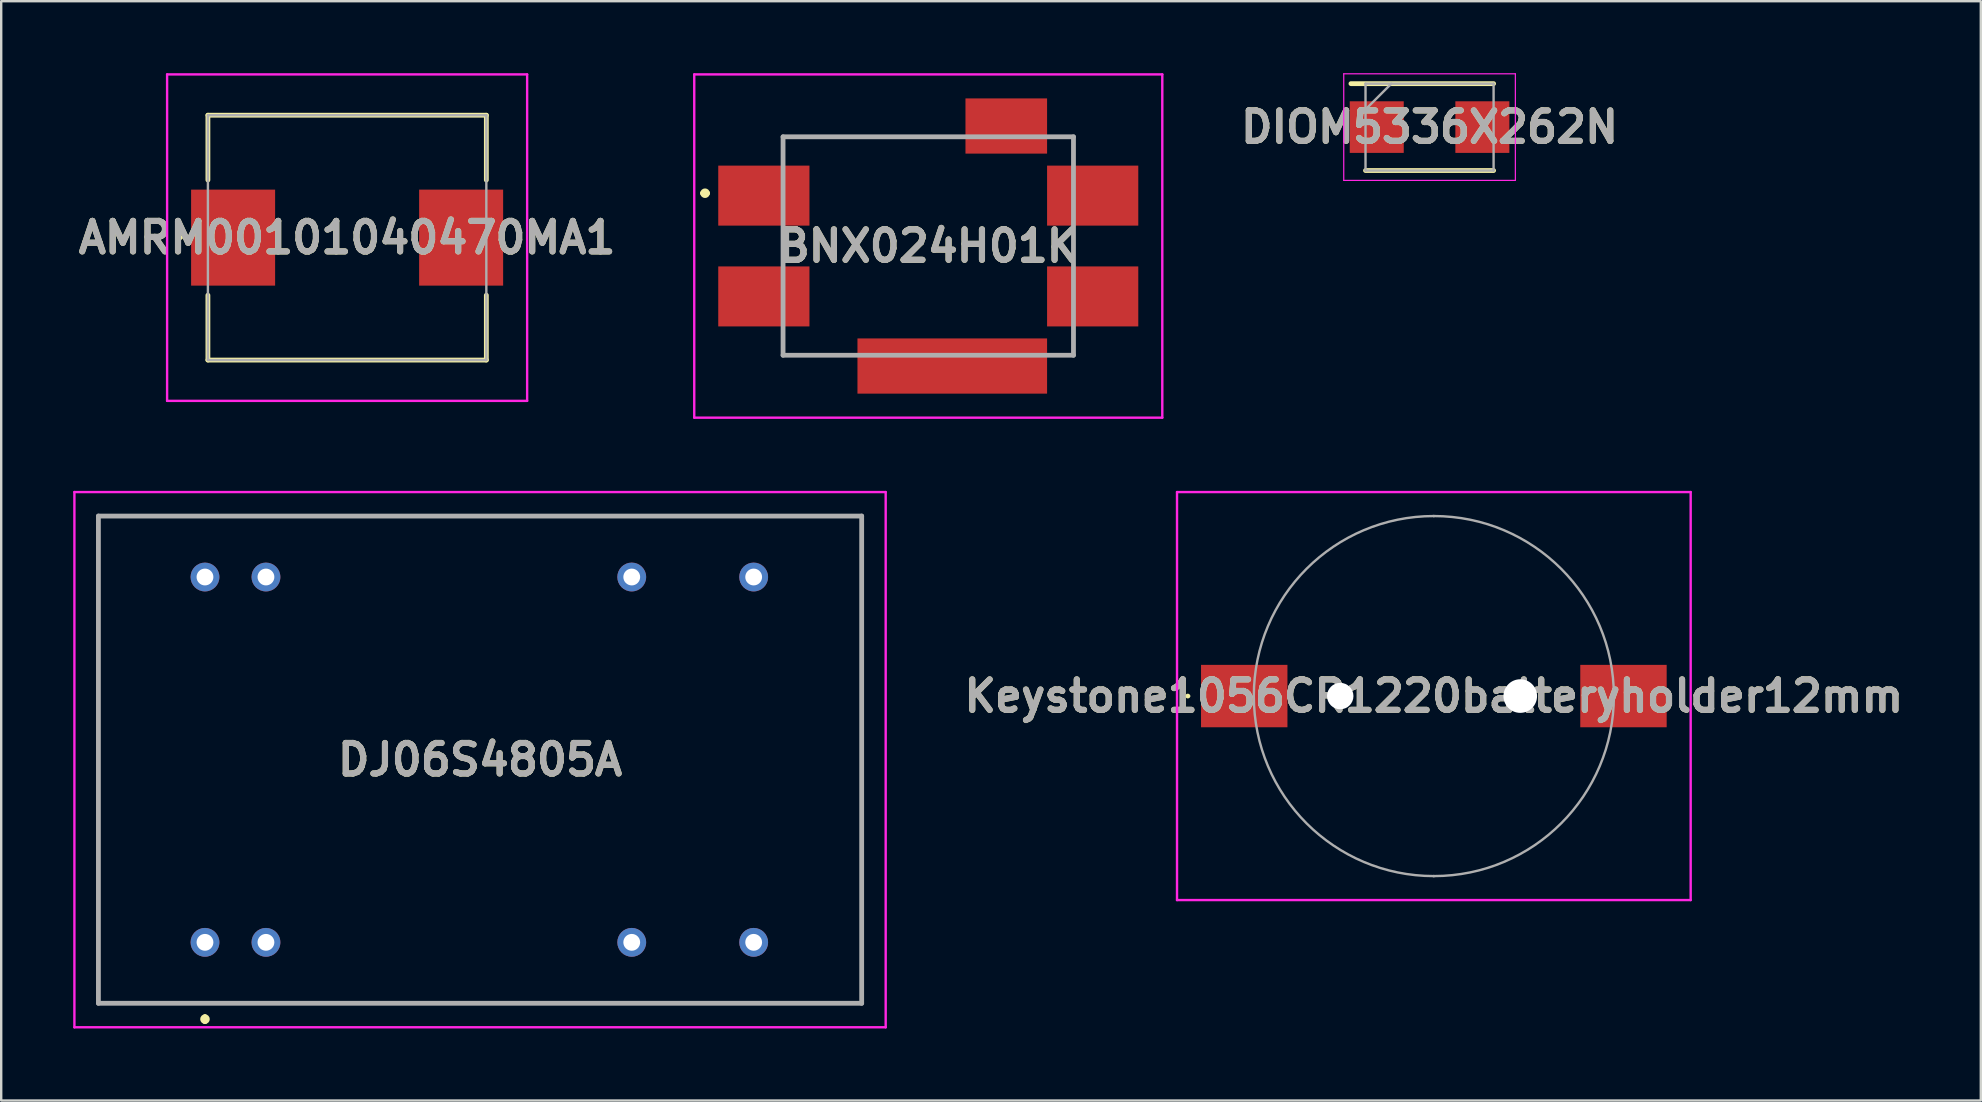
<source format=kicad_pcb>
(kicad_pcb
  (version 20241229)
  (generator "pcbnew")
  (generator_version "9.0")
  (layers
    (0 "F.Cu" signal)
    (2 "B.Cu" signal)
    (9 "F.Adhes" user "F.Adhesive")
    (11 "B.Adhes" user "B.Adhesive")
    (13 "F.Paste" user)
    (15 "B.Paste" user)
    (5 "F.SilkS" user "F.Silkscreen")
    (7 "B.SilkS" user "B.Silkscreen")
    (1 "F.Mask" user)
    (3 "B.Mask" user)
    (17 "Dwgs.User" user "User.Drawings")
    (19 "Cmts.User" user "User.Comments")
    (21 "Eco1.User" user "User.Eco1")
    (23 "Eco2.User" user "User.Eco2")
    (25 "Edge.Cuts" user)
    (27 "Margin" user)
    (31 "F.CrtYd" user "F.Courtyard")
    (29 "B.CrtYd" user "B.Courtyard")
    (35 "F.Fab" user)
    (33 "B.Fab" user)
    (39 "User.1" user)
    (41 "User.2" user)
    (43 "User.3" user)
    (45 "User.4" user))
  (footprint "Keystone1056CR1220batteryholder12mm"
    (layer "F.Cu")
    (at 56.688 25.95)
    (property "Reference" "Keystone1056CR1220batteryholder12mm" (at 0 0 0) (layer "F.SilkS") (effects (font (size 1.27 1.27) (thickness 0.254))))
    (attr through_hole)
    (fp_line (start -10.3 0) (end -10.3 0) (stroke (width 0.1) (type solid)) (layer "F.SilkS"))
    (fp_line (start -10.2 0) (end -10.2 0) (stroke (width 0.1) (type solid)) (layer "F.SilkS"))
    (fp_arc (start -10.3 0) (mid -10.25 -0.05) (end -10.2 0) (stroke (width 0.1) (type solid)) (layer "F.SilkS"))
    (fp_arc (start -10.2 0) (mid -10.25 0.05) (end -10.3 0) (stroke (width 0.1) (type solid)) (layer "F.SilkS"))
    (fp_line (start -10.7 -8.5) (end 10.7 -8.5) (stroke (width 0.1) (type solid)) (layer "F.CrtYd"))
    (fp_line (start -10.7 8.5) (end -10.7 -8.5) (stroke (width 0.1) (type solid)) (layer "F.CrtYd"))
    (fp_line (start 10.7 -8.5) (end 10.7 8.5) (stroke (width 0.1) (type solid)) (layer "F.CrtYd"))
    (fp_line (start 10.7 8.5) (end -10.7 8.5) (stroke (width 0.1) (type solid)) (layer "F.CrtYd"))
    (fp_line (start 0 -7.5) (end 0 -7.5) (stroke (width 0.1) (type solid)) (layer "F.Fab"))
    (fp_line (start 0 7.5) (end 0 7.5) (stroke (width 0.1) (type solid)) (layer "F.Fab"))
    (fp_arc (start 0 -7.5) (mid 7.5 0) (end 0 7.5) (stroke (width 0.1) (type solid)) (layer "F.Fab"))
    (fp_arc (start 0 7.5) (mid -7.5 0) (end 0 -7.5) (stroke (width 0.1) (type solid)) (layer "F.Fab"))
    (fp_text user "${REFERENCE}" (at 0 0 0) (layer "F.Fab") (effects (font (size 1.27 1.27) (thickness 0.254))))
    (pad "" np_thru_hole circle (at -3.9 0) (size 1.1 1.1) (drill 1.1) (layers "*.Cu" "*.Mask"))
    (pad "" np_thru_hole circle (at 3.6 0) (size 1.4 1.4) (drill 1.4) (layers "*.Cu" "*.Mask"))
    (pad "1" smd rect (at -7.9 0 90) (size 2.6 3.6) (layers "F.Cu" "F.Mask" "F.Paste"))
    (pad "2" smd rect (at 7.9 0 90) (size 2.6 3.6) (layers "F.Cu" "F.Mask" "F.Paste")))
  (footprint "AMRM00101040470MA1"
    (layer "F.Cu")
    (at 11.412 6.85)
    (property "Reference" "AMRM00101040470MA1" (at 0 0 0) (layer "F.SilkS") (effects (font (size 1.27 1.27) (thickness 0.254))))
    (attr smd)
    (fp_line (start -7 0) (end -7 0) (stroke (width 0.1) (type solid)) (layer "F.SilkS"))
    (fp_line (start -6.9 0) (end -6.9 0) (stroke (width 0.1) (type solid)) (layer "F.SilkS"))
    (fp_line (start -5.8 -5.1) (end 5.8 -5.1) (stroke (width 0.2) (type solid)) (layer "F.SilkS"))
    (fp_line (start -5.8 -2.4) (end -5.8 -5.1) (stroke (width 0.2) (type solid)) (layer "F.SilkS"))
    (fp_line (start -5.8 2.4) (end -5.8 5.1) (stroke (width 0.2) (type solid)) (layer "F.SilkS"))
    (fp_line (start -5.8 5.1) (end 5.8 5.1) (stroke (width 0.2) (type solid)) (layer "F.SilkS"))
    (fp_line (start 5.8 -5.1) (end 5.8 -2.4) (stroke (width 0.2) (type solid)) (layer "F.SilkS"))
    (fp_line (start 5.8 5.1) (end 5.8 2.4) (stroke (width 0.2) (type solid)) (layer "F.SilkS"))
    (fp_arc (start -7 0) (mid -6.95 -0.05) (end -6.9 0) (stroke (width 0.1) (type solid)) (layer "F.SilkS"))
    (fp_arc (start -6.9 0) (mid -6.95 0.05) (end -7 0) (stroke (width 0.1) (type solid)) (layer "F.SilkS"))
    (fp_line (start -7.5 -6.8) (end 7.5 -6.8) (stroke (width 0.1) (type solid)) (layer "F.CrtYd"))
    (fp_line (start -7.5 6.8) (end -7.5 -6.8) (stroke (width 0.1) (type solid)) (layer "F.CrtYd"))
    (fp_line (start 7.5 -6.8) (end 7.5 6.8) (stroke (width 0.1) (type solid)) (layer "F.CrtYd"))
    (fp_line (start 7.5 6.8) (end -7.5 6.8) (stroke (width 0.1) (type solid)) (layer "F.CrtYd"))
    (fp_line (start -5.8 -5.1) (end 5.8 -5.1) (stroke (width 0.1) (type solid)) (layer "F.Fab"))
    (fp_line (start -5.8 5.1) (end -5.8 -5.1) (stroke (width 0.1) (type solid)) (layer "F.Fab"))
    (fp_line (start 5.8 -5.1) (end 5.8 5.1) (stroke (width 0.1) (type solid)) (layer "F.Fab"))
    (fp_line (start 5.8 5.1) (end -5.8 5.1) (stroke (width 0.1) (type solid)) (layer "F.Fab"))
    (fp_text user "${REFERENCE}" (at 0 0 0) (layer "F.Fab") (effects (font (size 1.27 1.27) (thickness 0.254))))
    (pad "1" smd rect (at -4.75 0) (size 3.5 4) (layers "F.Cu" "F.Mask" "F.Paste"))
    (pad "2" smd rect (at 4.75 0) (size 3.5 4) (layers "F.Cu" "F.Mask" "F.Paste")))
  (footprint "BNX024H01K"
    (layer "F.Cu")
    (at 35.624 7.2)
    (property "Reference" "BNX024H01K" (at 0 0 0) (layer "F.SilkS") (effects (font (size 1.27 1.27) (thickness 0.254))))
    (attr smd)
    (fp_line (start -9.4 -2.2) (end -9.4 -2.2) (stroke (width 0.2) (type solid)) (layer "F.SilkS"))
    (fp_line (start -9.2 -2.2) (end -9.2 -2.2) (stroke (width 0.2) (type solid)) (layer "F.SilkS"))
    (fp_line (start -6.05 -4.55) (end 1 -4.55) (stroke (width 0.1) (type solid)) (layer "F.SilkS"))
    (fp_line (start -6.05 -4.5) (end -6.05 -4.55) (stroke (width 0.1) (type solid)) (layer "F.SilkS"))
    (fp_line (start -6.05 -4) (end -6.05 -4.5) (stroke (width 0.1) (type solid)) (layer "F.SilkS"))
    (fp_line (start -6.05 4) (end -6.05 4.55) (stroke (width 0.1) (type solid)) (layer "F.SilkS"))
    (fp_line (start -6.05 4.55) (end -4 4.55) (stroke (width 0.1) (type solid)) (layer "F.SilkS"))
    (fp_line (start 5.5 -4.55) (end 6.05 -4.55) (stroke (width 0.1) (type solid)) (layer "F.SilkS"))
    (fp_line (start 5.5 4.55) (end 6.05 4.55) (stroke (width 0.1) (type solid)) (layer "F.SilkS"))
    (fp_line (start 6.05 -4.55) (end 6.05 -4) (stroke (width 0.1) (type solid)) (layer "F.SilkS"))
    (fp_line (start 6.05 4.55) (end 6.05 4) (stroke (width 0.1) (type solid)) (layer "F.SilkS"))
    (fp_arc (start -9.4 -2.2) (mid -9.3 -2.3) (end -9.2 -2.2) (stroke (width 0.2) (type solid)) (layer "F.SilkS"))
    (fp_arc (start -9.2 -2.2) (mid -9.3 -2.1) (end -9.4 -2.2) (stroke (width 0.2) (type solid)) (layer "F.SilkS"))
    (fp_line (start -9.75 -7.15) (end 9.75 -7.15) (stroke (width 0.1) (type solid)) (layer "F.CrtYd"))
    (fp_line (start -9.75 7.15) (end -9.75 -7.15) (stroke (width 0.1) (type solid)) (layer "F.CrtYd"))
    (fp_line (start 9.75 -7.15) (end 9.75 7.15) (stroke (width 0.1) (type solid)) (layer "F.CrtYd"))
    (fp_line (start 9.75 7.15) (end -9.75 7.15) (stroke (width 0.1) (type solid)) (layer "F.CrtYd"))
    (fp_line (start -6.05 -4.55) (end 6.05 -4.55) (stroke (width 0.2) (type solid)) (layer "F.Fab"))
    (fp_line (start -6.05 4.55) (end -6.05 -4.55) (stroke (width 0.2) (type solid)) (layer "F.Fab"))
    (fp_line (start 6.05 -4.55) (end 6.05 4.55) (stroke (width 0.2) (type solid)) (layer "F.Fab"))
    (fp_line (start 6.05 4.55) (end -6.05 4.55) (stroke (width 0.2) (type solid)) (layer "F.Fab"))
    (fp_text user "${REFERENCE}" (at 0 0 0) (layer "F.Fab") (effects (font (size 1.27 1.27) (thickness 0.254))))
    (pad "1" smd rect (at -6.85 -2.1 90) (size 2.5 3.8) (layers "F.Cu" "F.Mask" "F.Paste"))
    (pad "2" smd rect (at 6.85 -2.1 90) (size 2.5 3.8) (layers "F.Cu" "F.Mask" "F.Paste"))
    (pad "3" smd rect (at -6.85 2.1 90) (size 2.5 3.8) (layers "F.Cu" "F.Mask" "F.Paste"))
    (pad "A4" smd rect (at 6.85 2.1 90) (size 2.5 3.8) (layers "F.Cu" "F.Mask" "F.Paste"))
    (pad "B4" smd rect (at 3.25 -5 90) (size 2.3 3.4) (layers "F.Cu" "F.Mask" "F.Paste"))
    (pad "C4" smd rect (at 1 5 90) (size 2.3 7.9) (layers "F.Cu" "F.Mask" "F.Paste")))
  (footprint "DIOM5336X262N"
    (layer "F.Cu")
    (at 56.509 2.245)
    (property "Reference" "DIOM5336X262N" (at 0 0 0) (layer "F.SilkS") (effects (font (size 1.27 1.27) (thickness 0.254))))
    (attr smd)
    (fp_line (start -2.668 1.81) (end 2.668 1.81) (stroke (width 0.2) (type solid)) (layer "F.SilkS"))
    (fp_line (start 2.668 -1.81) (end -3.275 -1.81) (stroke (width 0.2) (type solid)) (layer "F.SilkS"))
    (fp_line (start -3.575 -2.22) (end 3.575 -2.22) (stroke (width 0.05) (type solid)) (layer "F.CrtYd"))
    (fp_line (start -3.575 2.22) (end -3.575 -2.22) (stroke (width 0.05) (type solid)) (layer "F.CrtYd"))
    (fp_line (start 3.575 -2.22) (end 3.575 2.22) (stroke (width 0.05) (type solid)) (layer "F.CrtYd"))
    (fp_line (start 3.575 2.22) (end -3.575 2.22) (stroke (width 0.05) (type solid)) (layer "F.CrtYd"))
    (fp_line (start -2.668 -1.81) (end 2.668 -1.81) (stroke (width 0.1) (type solid)) (layer "F.Fab"))
    (fp_line (start -2.668 -0.735) (end -1.592 -1.81) (stroke (width 0.1) (type solid)) (layer "F.Fab"))
    (fp_line (start -2.668 1.81) (end -2.668 -1.81) (stroke (width 0.1) (type solid)) (layer "F.Fab"))
    (fp_line (start 2.668 -1.81) (end 2.668 1.81) (stroke (width 0.1) (type solid)) (layer "F.Fab"))
    (fp_line (start 2.668 1.81) (end -2.668 1.81) (stroke (width 0.1) (type solid)) (layer "F.Fab"))
    (fp_text user "${REFERENCE}" (at 0 0 0) (layer "F.Fab") (effects (font (size 1.27 1.27) (thickness 0.254))))
    (pad "1" smd rect (at -2.2 0 90) (size 2.15 2.25) (layers "F.Cu" "F.Mask" "F.Paste"))
    (pad "2" smd rect (at 2.2 0 90) (size 2.15 2.25) (layers "F.Cu" "F.Mask" "F.Paste")))
  (footprint "DJ06S4805A"
    (layer "F.Cu")
    (at 5.49 36.21)
    (property "Reference" "DJ06S4805A" (at 11.46 -7.61 0) (layer "F.SilkS") (effects (font (size 1.27 1.27) (thickness 0.254))))
    (attr through_hole)
    (fp_line (start -4.44 -17.76) (end 27.36 -17.76) (stroke (width 0.1) (type solid)) (layer "F.SilkS"))
    (fp_line (start -4.44 2.54) (end -4.44 -17.76) (stroke (width 0.1) (type solid)) (layer "F.SilkS"))
    (fp_line (start 0 3.1) (end 0 3.1) (stroke (width 0.2) (type solid)) (layer "F.SilkS"))
    (fp_line (start 0 3.3) (end 0 3.3) (stroke (width 0.2) (type solid)) (layer "F.SilkS"))
    (fp_line (start 27.36 -17.76) (end 27.36 2.54) (stroke (width 0.1) (type solid)) (layer "F.SilkS"))
    (fp_line (start 27.36 2.54) (end -4.44 2.54) (stroke (width 0.1) (type solid)) (layer "F.SilkS"))
    (fp_arc (start 0 3.1) (mid 0.1 3.2) (end 0 3.3) (stroke (width 0.2) (type solid)) (layer "F.SilkS"))
    (fp_arc (start 0 3.3) (mid -0.1 3.2) (end 0 3.1) (stroke (width 0.2) (type solid)) (layer "F.SilkS"))
    (fp_line (start -5.44 -18.76) (end 28.36 -18.76) (stroke (width 0.1) (type solid)) (layer "F.CrtYd"))
    (fp_line (start -5.44 3.54) (end -5.44 -18.76) (stroke (width 0.1) (type solid)) (layer "F.CrtYd"))
    (fp_line (start 28.36 -18.76) (end 28.36 3.54) (stroke (width 0.1) (type solid)) (layer "F.CrtYd"))
    (fp_line (start 28.36 3.54) (end -5.44 3.54) (stroke (width 0.1) (type solid)) (layer "F.CrtYd"))
    (fp_line (start -4.44 -17.76) (end 27.36 -17.76) (stroke (width 0.2) (type solid)) (layer "F.Fab"))
    (fp_line (start -4.44 2.54) (end -4.44 -17.76) (stroke (width 0.2) (type solid)) (layer "F.Fab"))
    (fp_line (start 27.36 -17.76) (end 27.36 2.54) (stroke (width 0.2) (type solid)) (layer "F.Fab"))
    (fp_line (start 27.36 2.54) (end -4.44 2.54) (stroke (width 0.2) (type solid)) (layer "F.Fab"))
    (fp_text user "${REFERENCE}" (at 11.46 -7.61 0) (layer "F.Fab") (effects (font (size 1.27 1.27) (thickness 0.254))))
    (pad "2" thru_hole circle (at 0 0) (size 1.2 1.2) (drill 0.7) (layers "*.Cu" "*.Mask"))
    (pad "3" thru_hole circle (at 2.54 0) (size 1.2 1.2) (drill 0.7) (layers "*.Cu" "*.Mask"))
    (pad "9" thru_hole circle (at 17.78 0) (size 1.2 1.2) (drill 0.7) (layers "*.Cu" "*.Mask"))
    (pad "11" thru_hole circle (at 22.86 0) (size 1.2 1.2) (drill 0.7) (layers "*.Cu" "*.Mask"))
    (pad "14" thru_hole circle (at 22.86 -15.22) (size 1.2 1.2) (drill 0.7) (layers "*.Cu" "*.Mask"))
    (pad "16" thru_hole circle (at 17.78 -15.22) (size 1.2 1.2) (drill 0.7) (layers "*.Cu" "*.Mask"))
    (pad "22" thru_hole circle (at 2.54 -15.22) (size 1.2 1.2) (drill 0.7) (layers "*.Cu" "*.Mask"))
    (pad "23" thru_hole circle (at 0 -15.22) (size 1.2 1.2) (drill 0.7) (layers "*.Cu" "*.Mask")))
  (gr_rect
    (start -3 -3)
    (end 79.476 42.8)
    (stroke (width 0.1) (type default))
    (fill no)
    (layer "Edge.Cuts")))
</source>
